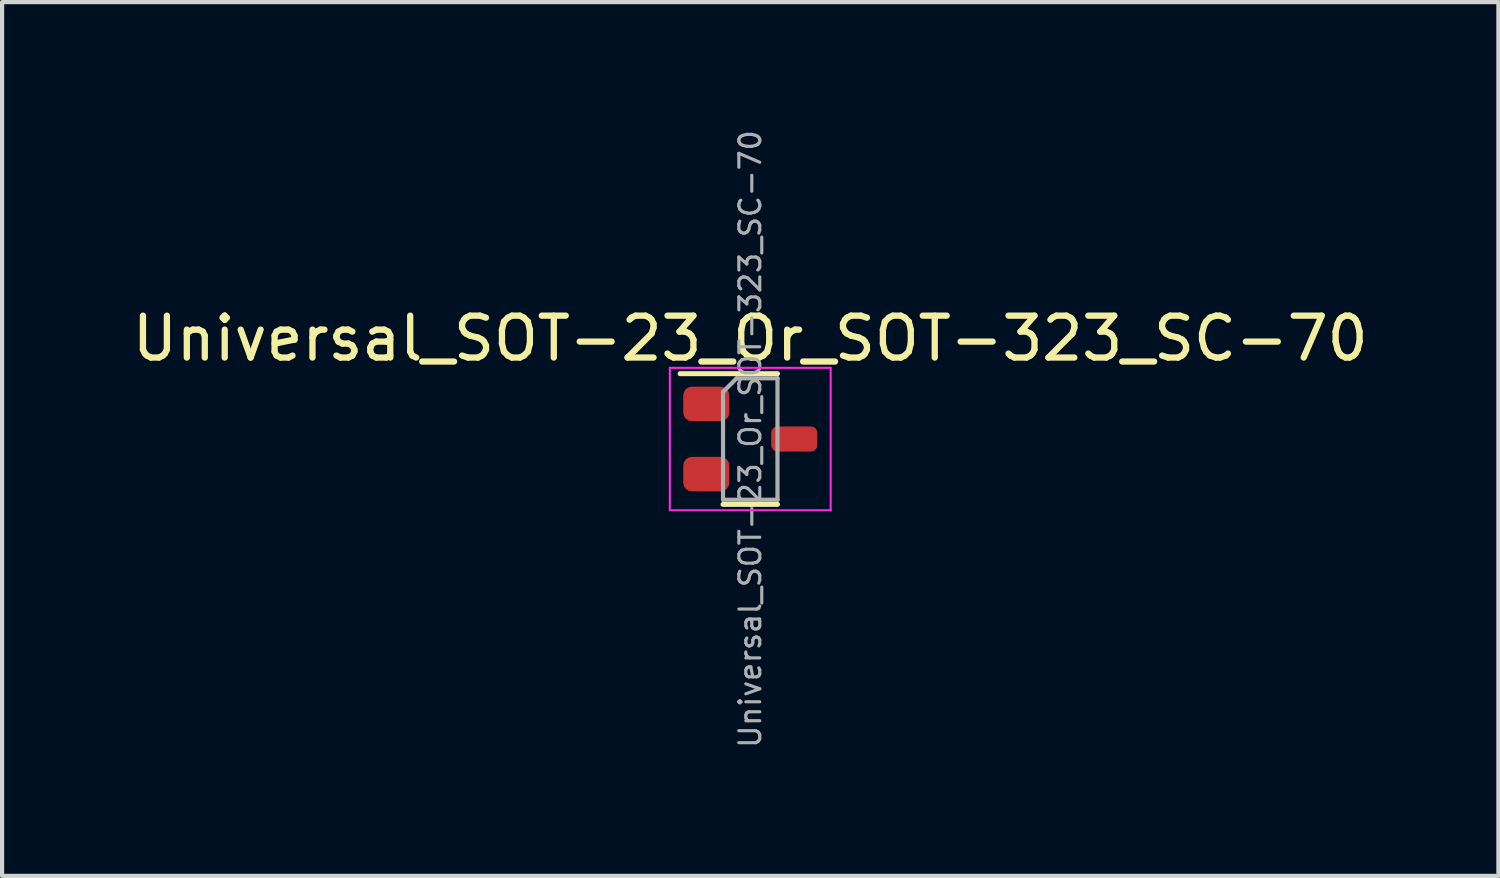
<source format=kicad_pcb>
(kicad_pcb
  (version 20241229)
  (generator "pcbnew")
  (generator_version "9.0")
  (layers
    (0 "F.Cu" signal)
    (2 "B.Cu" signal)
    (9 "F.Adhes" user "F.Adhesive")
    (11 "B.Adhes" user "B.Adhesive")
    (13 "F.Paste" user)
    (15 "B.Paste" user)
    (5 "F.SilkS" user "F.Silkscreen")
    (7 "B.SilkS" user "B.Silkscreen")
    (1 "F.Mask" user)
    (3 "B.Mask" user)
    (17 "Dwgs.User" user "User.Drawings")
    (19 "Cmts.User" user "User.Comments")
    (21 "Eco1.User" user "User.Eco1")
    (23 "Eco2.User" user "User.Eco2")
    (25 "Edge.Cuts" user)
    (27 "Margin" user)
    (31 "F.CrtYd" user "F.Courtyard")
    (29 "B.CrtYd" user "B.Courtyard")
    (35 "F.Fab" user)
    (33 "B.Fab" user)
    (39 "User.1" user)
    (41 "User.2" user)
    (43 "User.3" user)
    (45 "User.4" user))
  (footprint "Universal_SOT-23_Or_SOT-323_SC-70"
    (layer "F.Cu")
    (at 14.863 7.432)
    (property "Reference" "Universal_SOT-23_Or_SOT-323_SC-70" (at 0 -2.4 0) (layer "F.SilkS") (effects (font (size 1 1) (thickness 0.15))))
    (attr smd)
    (fp_line (start 0 -1.56) (end -1.675 -1.56) (stroke (width 0.12) (type solid)) (layer "F.SilkS"))
    (fp_line (start 0 -1.56) (end 0.65 -1.56) (stroke (width 0.12) (type solid)) (layer "F.SilkS"))
    (fp_line (start 0 1.56) (end -0.65 1.56) (stroke (width 0.12) (type solid)) (layer "F.SilkS"))
    (fp_line (start 0 1.56) (end 0.65 1.56) (stroke (width 0.12) (type solid)) (layer "F.SilkS"))
    (fp_line (start -1.92 -1.7) (end -1.92 1.7) (stroke (width 0.05) (type solid)) (layer "F.CrtYd"))
    (fp_line (start -1.92 1.7) (end 1.92 1.7) (stroke (width 0.05) (type solid)) (layer "F.CrtYd"))
    (fp_line (start 1.92 -1.7) (end -1.92 -1.7) (stroke (width 0.05) (type solid)) (layer "F.CrtYd"))
    (fp_line (start 1.92 1.7) (end 1.92 -1.7) (stroke (width 0.05) (type solid)) (layer "F.CrtYd"))
    (fp_line (start -0.65 -1.125) (end -0.325 -1.45) (stroke (width 0.1) (type solid)) (layer "F.Fab"))
    (fp_line (start -0.65 1.45) (end -0.65 -1.125) (stroke (width 0.1) (type solid)) (layer "F.Fab"))
    (fp_line (start -0.325 -1.45) (end 0.65 -1.45) (stroke (width 0.1) (type solid)) (layer "F.Fab"))
    (fp_line (start 0.65 -1.45) (end 0.65 1.45) (stroke (width 0.1) (type solid)) (layer "F.Fab"))
    (fp_line (start 0.65 1.45) (end -0.65 1.45) (stroke (width 0.1) (type solid)) (layer "F.Fab"))
    (fp_text user "${REFERENCE}" (at 0 0 90) (layer "F.Fab") (effects (font (size 0.5 0.5) (thickness 0.075))))
    (pad "1" smd roundrect (at -1.05 -0.838) (size 1.1 0.825) (layers "F.Cu" "F.Mask" "F.Paste") (roundrect_rratio 0.25))
    (pad "2" smd roundrect (at -1.05 0.838) (size 1.1 0.825) (layers "F.Cu" "F.Mask" "F.Paste") (roundrect_rratio 0.25))
    (pad "3" smd roundrect (at 1.05 0) (size 1.1 0.6) (layers "F.Cu" "F.Mask" "F.Paste") (roundrect_rratio 0.25)))
  (gr_rect
    (start -3 -3)
    (end 32.726 17.863)
    (stroke (width 0.1) (type default))
    (fill no)
    (layer "Edge.Cuts")))
</source>
